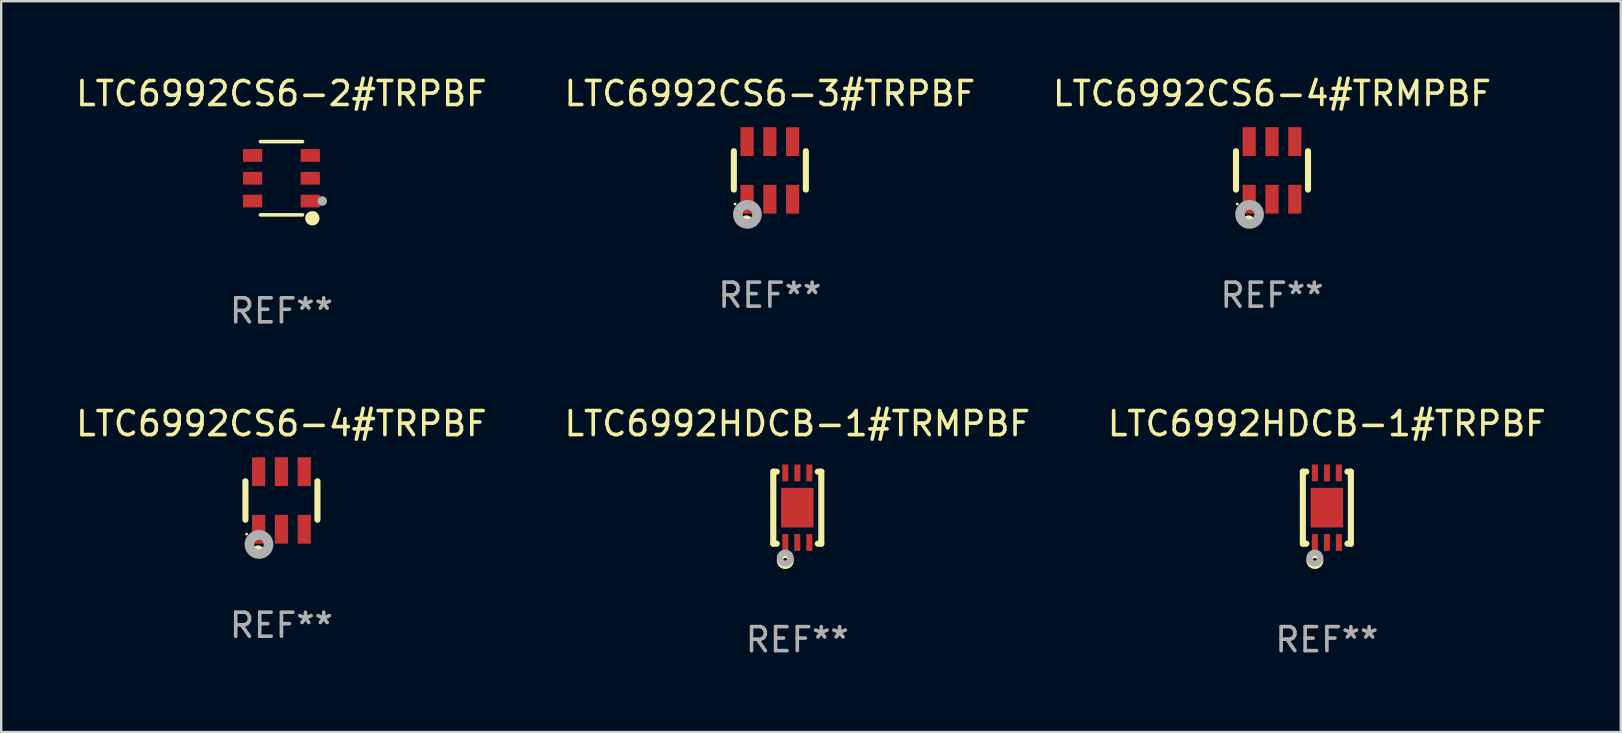
<source format=kicad_pcb>
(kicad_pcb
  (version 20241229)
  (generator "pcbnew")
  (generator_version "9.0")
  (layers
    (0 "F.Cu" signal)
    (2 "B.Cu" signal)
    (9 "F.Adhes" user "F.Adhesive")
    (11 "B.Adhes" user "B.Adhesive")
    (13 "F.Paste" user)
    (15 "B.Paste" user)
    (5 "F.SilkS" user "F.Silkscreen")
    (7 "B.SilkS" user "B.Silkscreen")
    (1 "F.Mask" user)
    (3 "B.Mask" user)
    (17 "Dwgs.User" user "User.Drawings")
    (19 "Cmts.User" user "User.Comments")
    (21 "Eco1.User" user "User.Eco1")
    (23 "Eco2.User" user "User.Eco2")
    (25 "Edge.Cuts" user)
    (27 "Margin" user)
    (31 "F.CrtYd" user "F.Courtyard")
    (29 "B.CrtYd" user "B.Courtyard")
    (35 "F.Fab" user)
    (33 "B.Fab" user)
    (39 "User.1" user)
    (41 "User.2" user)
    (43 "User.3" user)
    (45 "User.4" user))
  (footprint "LTC6992CS6-3#TRPBF"
    (layer "F.Cu")
    (at 29.018 4.048)
    (property "Reference" "LTC6992CS6-3#TRPBF" (at 0 -3.2 0) (layer "F.SilkS") (effects (font (size 1 1) (thickness 0.15))))
    (attr through_hole)
    (fp_line (start -1.5 0.8) (end -1.5 -0.8) (stroke (width 0.254) (type solid)) (layer "F.SilkS"))
    (fp_line (start 1.5 -0.8) (end 1.5 0.8) (stroke (width 0.254) (type solid)) (layer "F.SilkS"))
    (fp_circle (center -1.45 1.4) (end -1.42 1.4) (stroke (width 0.06) (type solid)) (fill no) (layer "F.SilkS"))
    (fp_circle (center -0.975 2.125) (end -0.848 2.125) (stroke (width 0.254) (type solid)) (fill no) (layer "F.SilkS"))
    (fp_circle (center -0.934 1.832) (end -0.735 1.832) (stroke (width 0.4) (type solid)) (fill no) (layer "F.Fab"))
    (fp_text user "REF**" (at 0 5.2 0) (layer "F.Fab") (effects (font (size 1 1) (thickness 0.15))))
    (pad "1" smd rect (at -0.95 1.2) (size 0.55 1.2) (layers "F.Cu" "F.Mask" "F.Paste"))
    (pad "2" smd rect (at 0 1.2) (size 0.55 1.2) (layers "F.Cu" "F.Mask" "F.Paste"))
    (pad "3" smd rect (at 0.95 1.2) (size 0.55 1.2) (layers "F.Cu" "F.Mask" "F.Paste"))
    (pad "4" smd rect (at 0.95 -1.2) (size 0.55 1.2) (layers "F.Cu" "F.Mask" "F.Paste"))
    (pad "5" smd rect (at 0 -1.2) (size 0.55 1.2) (layers "F.Cu" "F.Mask" "F.Paste"))
    (pad "6" smd rect (at -0.95 -1.2) (size 0.55 1.2) (layers "F.Cu" "F.Mask" "F.Paste")))
  (footprint "LTC6992HDCB-1#TRPBF"
    (layer "F.Cu")
    (at 52.22 18.097)
    (property "Reference" "LTC6992HDCB-1#TRPBF" (at 0 -3.5 0) (layer "F.SilkS") (effects (font (size 1 1) (thickness 0.15))))
    (attr through_hole)
    (fp_line (start -1 1.5) (end -1 -1.5) (stroke (width 0.254) (type solid)) (layer "F.SilkS"))
    (fp_line (start -0.856 -1.5) (end -1 -1.5) (stroke (width 0.254) (type solid)) (layer "F.SilkS"))
    (fp_line (start -0.855 1.5) (end -1 1.5) (stroke (width 0.254) (type solid)) (layer "F.SilkS"))
    (fp_line (start 1 -1.5) (end 0.856 -1.5) (stroke (width 0.254) (type solid)) (layer "F.SilkS"))
    (fp_line (start 1 1.5) (end 0.856 1.5) (stroke (width 0.254) (type solid)) (layer "F.SilkS"))
    (fp_line (start 1 1.5) (end 1 -1.5) (stroke (width 0.254) (type solid)) (layer "F.SilkS"))
    (fp_circle (center -1 1.5) (end -0.97 1.5) (stroke (width 0.06) (type solid)) (fill no) (layer "F.SilkS"))
    (fp_circle (center -0.5 2.2) (end -0.4 2.2) (stroke (width 0.254) (type solid)) (fill no) (layer "F.SilkS"))
    (fp_circle (center -0.5 2.1) (end -0.4 2.1) (stroke (width 0.254) (type solid)) (fill no) (layer "F.Fab"))
    (fp_text user "REF**" (at 0 5.5 0) (layer "F.Fab") (effects (font (size 1 1) (thickness 0.15))))
    (pad "1" smd rect (at -0.499 1.45 180) (size 0.25 0.7) (layers "F.Cu" "F.Mask" "F.Paste"))
    (pad "2" smd rect (at 0.000025 1.45 180) (size 0.25 0.7) (layers "F.Cu" "F.Mask" "F.Paste"))
    (pad "3" smd rect (at 0.5 1.45 180) (size 0.25 0.7) (layers "F.Cu" "F.Mask" "F.Paste"))
    (pad "4" smd rect (at 0.5 -1.45 180) (size 0.25 0.7) (layers "F.Cu" "F.Mask" "F.Paste"))
    (pad "5" smd rect (at 0.002 -1.45 180) (size 0.25 0.7) (layers "F.Cu" "F.Mask" "F.Paste"))
    (pad "6" smd rect (at -0.5 -1.45 180) (size 0.25 0.7) (layers "F.Cu" "F.Mask" "F.Paste"))
    (pad "7" smd rect (at 0.000025 0.000038 180) (size 1.35 1.65) (layers "F.Cu" "F.Mask" "F.Paste")))
  (footprint "LTC6992CS6-4#TRMPBF"
    (layer "F.Cu")
    (at 49.935 4.048)
    (property "Reference" "LTC6992CS6-4#TRMPBF" (at 0 -3.2 0) (layer "F.SilkS") (effects (font (size 1 1) (thickness 0.15))))
    (attr through_hole)
    (fp_line (start -1.5 0.8) (end -1.5 -0.8) (stroke (width 0.254) (type solid)) (layer "F.SilkS"))
    (fp_line (start 1.5 -0.8) (end 1.5 0.8) (stroke (width 0.254) (type solid)) (layer "F.SilkS"))
    (fp_circle (center -1.45 1.4) (end -1.42 1.4) (stroke (width 0.06) (type solid)) (fill no) (layer "F.SilkS"))
    (fp_circle (center -0.975 2.125) (end -0.848 2.125) (stroke (width 0.254) (type solid)) (fill no) (layer "F.SilkS"))
    (fp_circle (center -0.934 1.832) (end -0.735 1.832) (stroke (width 0.4) (type solid)) (fill no) (layer "F.Fab"))
    (fp_text user "REF**" (at 0 5.2 0) (layer "F.Fab") (effects (font (size 1 1) (thickness 0.15))))
    (pad "1" smd rect (at -0.95 1.2) (size 0.55 1.2) (layers "F.Cu" "F.Mask" "F.Paste"))
    (pad "2" smd rect (at 0 1.2) (size 0.55 1.2) (layers "F.Cu" "F.Mask" "F.Paste"))
    (pad "3" smd rect (at 0.95 1.2) (size 0.55 1.2) (layers "F.Cu" "F.Mask" "F.Paste"))
    (pad "4" smd rect (at 0.95 -1.2) (size 0.55 1.2) (layers "F.Cu" "F.Mask" "F.Paste"))
    (pad "5" smd rect (at 0 -1.2) (size 0.55 1.2) (layers "F.Cu" "F.Mask" "F.Paste"))
    (pad "6" smd rect (at -0.95 -1.2) (size 0.55 1.2) (layers "F.Cu" "F.Mask" "F.Paste")))
  (footprint "LTC6992HDCB-1#TRMPBF"
    (layer "F.Cu")
    (at 30.161 18.097)
    (property "Reference" "LTC6992HDCB-1#TRMPBF" (at 0 -3.5 0) (layer "F.SilkS") (effects (font (size 1 1) (thickness 0.15))))
    (attr through_hole)
    (fp_line (start -1 1.5) (end -1 -1.5) (stroke (width 0.254) (type solid)) (layer "F.SilkS"))
    (fp_line (start -0.856 -1.5) (end -1 -1.5) (stroke (width 0.254) (type solid)) (layer "F.SilkS"))
    (fp_line (start -0.855 1.5) (end -1 1.5) (stroke (width 0.254) (type solid)) (layer "F.SilkS"))
    (fp_line (start 1 -1.5) (end 0.856 -1.5) (stroke (width 0.254) (type solid)) (layer "F.SilkS"))
    (fp_line (start 1 1.5) (end 0.856 1.5) (stroke (width 0.254) (type solid)) (layer "F.SilkS"))
    (fp_line (start 1 1.5) (end 1 -1.5) (stroke (width 0.254) (type solid)) (layer "F.SilkS"))
    (fp_circle (center -1 1.5) (end -0.97 1.5) (stroke (width 0.06) (type solid)) (fill no) (layer "F.SilkS"))
    (fp_circle (center -0.5 2.2) (end -0.4 2.2) (stroke (width 0.254) (type solid)) (fill no) (layer "F.SilkS"))
    (fp_circle (center -0.5 2.1) (end -0.4 2.1) (stroke (width 0.254) (type solid)) (fill no) (layer "F.Fab"))
    (fp_text user "REF**" (at 0 5.5 0) (layer "F.Fab") (effects (font (size 1 1) (thickness 0.15))))
    (pad "1" smd rect (at -0.499 1.45 180) (size 0.25 0.7) (layers "F.Cu" "F.Mask" "F.Paste"))
    (pad "2" smd rect (at 0.000025 1.45 180) (size 0.25 0.7) (layers "F.Cu" "F.Mask" "F.Paste"))
    (pad "3" smd rect (at 0.5 1.45 180) (size 0.25 0.7) (layers "F.Cu" "F.Mask" "F.Paste"))
    (pad "4" smd rect (at 0.5 -1.45 180) (size 0.25 0.7) (layers "F.Cu" "F.Mask" "F.Paste"))
    (pad "5" smd rect (at 0.002 -1.45 180) (size 0.25 0.7) (layers "F.Cu" "F.Mask" "F.Paste"))
    (pad "6" smd rect (at -0.5 -1.45 180) (size 0.25 0.7) (layers "F.Cu" "F.Mask" "F.Paste"))
    (pad "7" smd rect (at 0.000025 0.000038 180) (size 1.35 1.65) (layers "F.Cu" "F.Mask" "F.Paste")))
  (footprint "LTC6992CS6-2#TRPBF"
    (layer "F.Cu")
    (at 8.673 4.374)
    (property "Reference" "LTC6992CS6-2#TRPBF" (at 0 -3.526 0) (layer "F.SilkS") (effects (font (size 1 1) (thickness 0.15))))
    (attr through_hole)
    (fp_line (start 0.876 -1.526) (end -0.876 -1.526) (stroke (width 0.152) (type solid)) (layer "F.SilkS"))
    (fp_line (start 0.876 1.526) (end -0.876 1.526) (stroke (width 0.152) (type solid)) (layer "F.SilkS"))
    (fp_circle (center 1.287 1.669) (end 1.438 1.669) (stroke (width 0.3) (type solid)) (fill no) (layer "F.SilkS"))
    (fp_circle (center 1.4 1.45) (end 1.43 1.45) (stroke (width 0.06) (type solid)) (fill no) (layer "F.SilkS"))
    (fp_circle (center 1.7 0.95) (end 1.8 0.95) (stroke (width 0.2) (type solid)) (fill no) (layer "F.Fab"))
    (fp_text user "REF**" (at 0 5.526 0) (layer "F.Fab") (effects (font (size 1 1) (thickness 0.15))))
    (pad "1" smd rect (at 1.2 0.95) (size 0.8 0.532) (layers "F.Cu" "F.Mask" "F.Paste"))
    (pad "2" smd rect (at 1.2 0) (size 0.8 0.532) (layers "F.Cu" "F.Mask" "F.Paste"))
    (pad "3" smd rect (at 1.2 -0.95) (size 0.8 0.532) (layers "F.Cu" "F.Mask" "F.Paste"))
    (pad "4" smd rect (at -1.2 -0.95) (size 0.8 0.532) (layers "F.Cu" "F.Mask" "F.Paste"))
    (pad "5" smd rect (at -1.2 0) (size 0.8 0.532) (layers "F.Cu" "F.Mask" "F.Paste"))
    (pad "6" smd rect (at -1.2 0.95) (size 0.8 0.532) (layers "F.Cu" "F.Mask" "F.Paste")))
  (footprint "LTC6992CS6-4#TRPBF"
    (layer "F.Cu")
    (at 8.673 17.797)
    (property "Reference" "LTC6992CS6-4#TRPBF" (at 0 -3.2 0) (layer "F.SilkS") (effects (font (size 1 1) (thickness 0.15))))
    (attr through_hole)
    (fp_line (start -1.5 0.8) (end -1.5 -0.8) (stroke (width 0.254) (type solid)) (layer "F.SilkS"))
    (fp_line (start 1.5 -0.8) (end 1.5 0.8) (stroke (width 0.254) (type solid)) (layer "F.SilkS"))
    (fp_circle (center -1.45 1.4) (end -1.42 1.4) (stroke (width 0.06) (type solid)) (fill no) (layer "F.SilkS"))
    (fp_circle (center -0.975 2.125) (end -0.848 2.125) (stroke (width 0.254) (type solid)) (fill no) (layer "F.SilkS"))
    (fp_circle (center -0.934 1.832) (end -0.735 1.832) (stroke (width 0.4) (type solid)) (fill no) (layer "F.Fab"))
    (fp_text user "REF**" (at 0 5.2 0) (layer "F.Fab") (effects (font (size 1 1) (thickness 0.15))))
    (pad "1" smd rect (at -0.95 1.2) (size 0.55 1.2) (layers "F.Cu" "F.Mask" "F.Paste"))
    (pad "2" smd rect (at 0 1.2) (size 0.55 1.2) (layers "F.Cu" "F.Mask" "F.Paste"))
    (pad "3" smd rect (at 0.95 1.2) (size 0.55 1.2) (layers "F.Cu" "F.Mask" "F.Paste"))
    (pad "4" smd rect (at 0.95 -1.2) (size 0.55 1.2) (layers "F.Cu" "F.Mask" "F.Paste"))
    (pad "5" smd rect (at 0 -1.2) (size 0.55 1.2) (layers "F.Cu" "F.Mask" "F.Paste"))
    (pad "6" smd rect (at -0.95 -1.2) (size 0.55 1.2) (layers "F.Cu" "F.Mask" "F.Paste")))
  (gr_rect
    (start -3 -3)
    (end 64.464 27.445)
    (stroke (width 0.1) (type default))
    (fill no)
    (layer "Edge.Cuts")))
</source>
